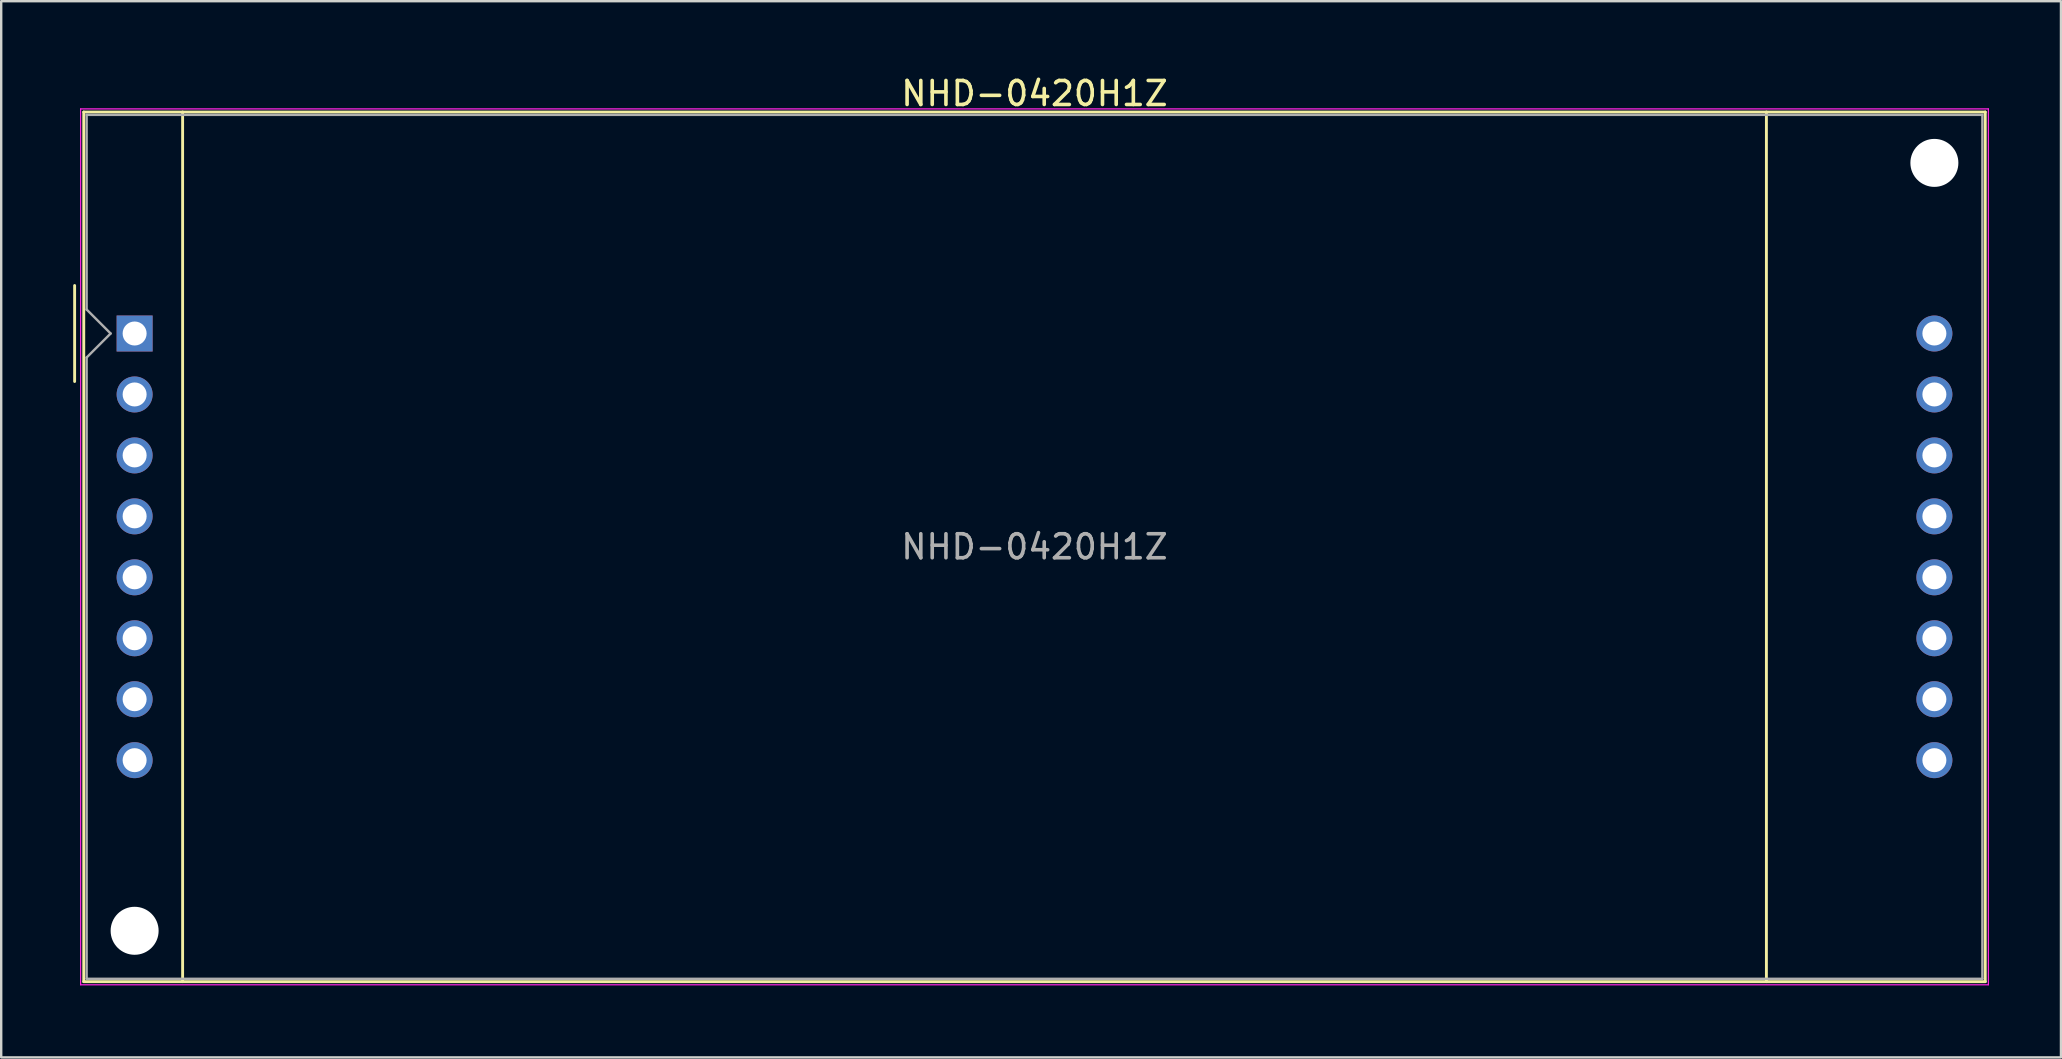
<source format=kicad_pcb>
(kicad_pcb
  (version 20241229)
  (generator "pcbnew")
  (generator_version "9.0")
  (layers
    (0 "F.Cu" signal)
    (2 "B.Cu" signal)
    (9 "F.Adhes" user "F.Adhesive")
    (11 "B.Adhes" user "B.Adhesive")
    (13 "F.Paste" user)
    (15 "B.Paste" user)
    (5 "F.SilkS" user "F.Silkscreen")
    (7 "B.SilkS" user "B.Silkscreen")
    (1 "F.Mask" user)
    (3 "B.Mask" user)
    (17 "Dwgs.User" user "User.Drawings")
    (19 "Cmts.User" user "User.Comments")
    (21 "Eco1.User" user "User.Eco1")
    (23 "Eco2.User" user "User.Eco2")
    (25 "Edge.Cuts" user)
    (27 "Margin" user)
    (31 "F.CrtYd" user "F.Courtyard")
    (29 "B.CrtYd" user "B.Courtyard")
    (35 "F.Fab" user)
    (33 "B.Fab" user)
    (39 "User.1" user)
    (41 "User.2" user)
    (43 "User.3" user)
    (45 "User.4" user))
  (footprint "NHD-0420H1Z"
    (layer "F.Cu")
    (at 2.56 10.848)
    (property "Reference" "NHD-0420H1Z" (at 37.5 -10 0) (layer "F.SilkS") (effects (font (size 1 1) (thickness 0.15))))
    (attr through_hole)
    (fp_line (start -2.5 -2) (end -2.5 2) (stroke (width 0.12) (type solid)) (layer "F.SilkS"))
    (fp_line (start -2.12 -9.23) (end 77.12 -9.23) (stroke (width 0.12) (type solid)) (layer "F.SilkS"))
    (fp_line (start -2.12 27.01) (end -2.12 -9.23) (stroke (width 0.12) (type solid)) (layer "F.SilkS"))
    (fp_line (start 2 27.01) (end 2 -9.23) (stroke (width 0.12) (type solid)) (layer "F.SilkS"))
    (fp_line (start 68 -9.23) (end 68 27.01) (stroke (width 0.12) (type solid)) (layer "F.SilkS"))
    (fp_line (start 77.12 -9.23) (end 77.12 27.01) (stroke (width 0.12) (type solid)) (layer "F.SilkS"))
    (fp_line (start 77.12 27.01) (end -2.12 27.01) (stroke (width 0.12) (type solid)) (layer "F.SilkS"))
    (fp_line (start -2.25 -9.36) (end 77.25 -9.36) (stroke (width 0.05) (type solid)) (layer "F.CrtYd"))
    (fp_line (start -2.25 27.14) (end -2.25 -9.36) (stroke (width 0.05) (type solid)) (layer "F.CrtYd"))
    (fp_line (start 77.25 -9.36) (end 77.25 27.14) (stroke (width 0.05) (type solid)) (layer "F.CrtYd"))
    (fp_line (start 77.25 27.14) (end -2.25 27.14) (stroke (width 0.05) (type solid)) (layer "F.CrtYd"))
    (fp_line (start -2 -9.11) (end 77 -9.11) (stroke (width 0.1) (type solid)) (layer "F.Fab"))
    (fp_line (start -2 -1) (end -2 -9.11) (stroke (width 0.1) (type solid)) (layer "F.Fab"))
    (fp_line (start -2 1) (end -1 0) (stroke (width 0.1) (type solid)) (layer "F.Fab"))
    (fp_line (start -2 26.89) (end -2 1) (stroke (width 0.1) (type solid)) (layer "F.Fab"))
    (fp_line (start -1 0) (end -2 -1) (stroke (width 0.1) (type solid)) (layer "F.Fab"))
    (fp_line (start 77 -9.11) (end 77 26.89) (stroke (width 0.1) (type solid)) (layer "F.Fab"))
    (fp_line (start 77 26.89) (end -2 26.89) (stroke (width 0.1) (type solid)) (layer "F.Fab"))
    (fp_text user "${REFERENCE}" (at 37.5 8.89 0) (layer "F.Fab") (effects (font (size 1 1) (thickness 0.15))))
    (pad "" np_thru_hole circle (at 0 24.89) (size 2 2) (drill 2) (layers "*.Cu" "*.Mask"))
    (pad "" np_thru_hole circle (at 75 -7.11) (size 2 2) (drill 2) (layers "*.Cu" "*.Mask"))
    (pad "1" thru_hole rect (at 0 0) (size 1.5 1.5) (drill 1) (layers "*.Cu" "*.Mask"))
    (pad "2" thru_hole circle (at 0 2.54) (size 1.5 1.5) (drill 1) (layers "*.Cu" "*.Mask"))
    (pad "3" thru_hole circle (at 0 5.08) (size 1.5 1.5) (drill 1) (layers "*.Cu" "*.Mask"))
    (pad "4" thru_hole circle (at 0 7.62) (size 1.5 1.5) (drill 1) (layers "*.Cu" "*.Mask"))
    (pad "5" thru_hole circle (at 0 10.16) (size 1.5 1.5) (drill 1) (layers "*.Cu" "*.Mask"))
    (pad "6" thru_hole circle (at 0 12.7) (size 1.5 1.5) (drill 1) (layers "*.Cu" "*.Mask"))
    (pad "7" thru_hole circle (at 0 15.24) (size 1.5 1.5) (drill 1) (layers "*.Cu" "*.Mask"))
    (pad "8" thru_hole circle (at 0 17.78) (size 1.5 1.5) (drill 1) (layers "*.Cu" "*.Mask"))
    (pad "9" thru_hole circle (at 75 0) (size 1.5 1.5) (drill 1) (layers "*.Cu" "*.Mask"))
    (pad "10" thru_hole circle (at 75 2.54) (size 1.5 1.5) (drill 1) (layers "*.Cu" "*.Mask"))
    (pad "11" thru_hole circle (at 75 5.08) (size 1.5 1.5) (drill 1) (layers "*.Cu" "*.Mask"))
    (pad "12" thru_hole circle (at 75 7.62) (size 1.5 1.5) (drill 1) (layers "*.Cu" "*.Mask"))
    (pad "13" thru_hole circle (at 75 10.16) (size 1.5 1.5) (drill 1) (layers "*.Cu" "*.Mask"))
    (pad "14" thru_hole circle (at 75 12.7) (size 1.5 1.5) (drill 1) (layers "*.Cu" "*.Mask"))
    (pad "15" thru_hole circle (at 75 15.24) (size 1.5 1.5) (drill 1) (layers "*.Cu" "*.Mask"))
    (pad "16" thru_hole circle (at 75 17.78) (size 1.5 1.5) (drill 1) (layers "*.Cu" "*.Mask")))
  (gr_rect
    (start -3 -3)
    (end 82.835 41.013)
    (stroke (width 0.1) (type default))
    (fill no)
    (layer "Edge.Cuts")))
</source>
